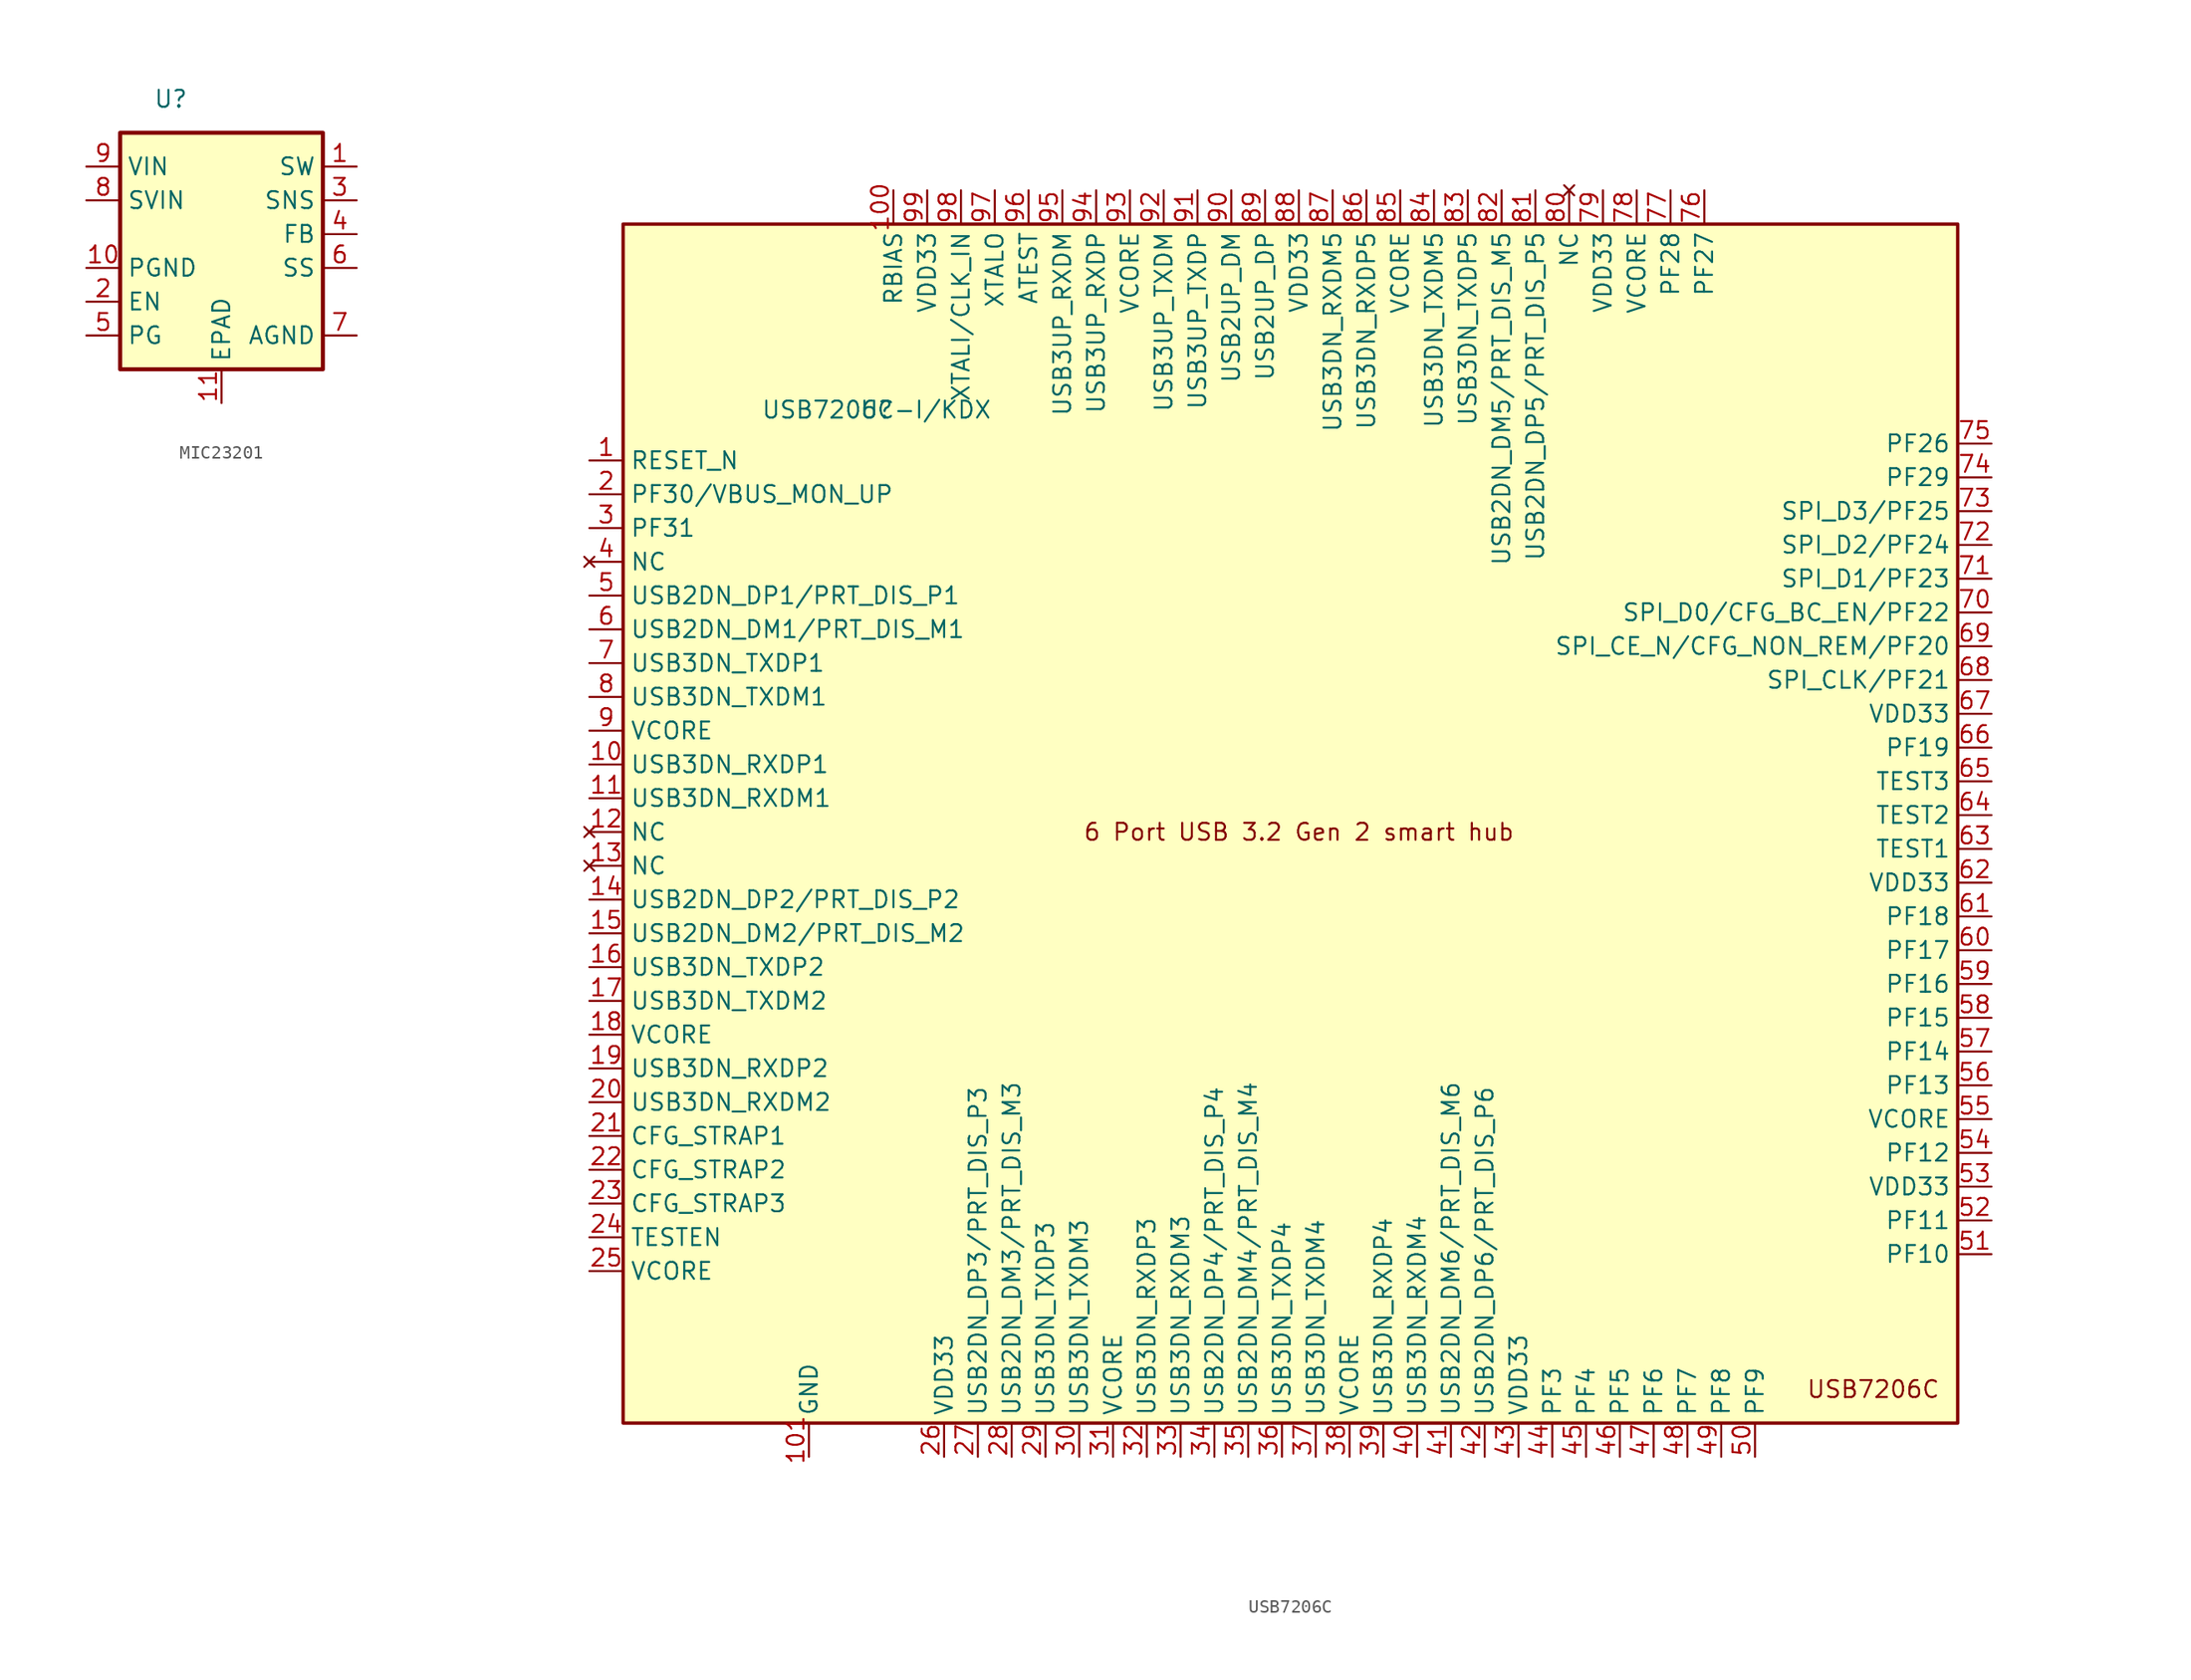
<source format=kicad_sym>
(kicad_symbol_lib
  (version 20220914)
  (generator kicad_symbol_editor)
  (symbol "MIC23201"
    (property "Reference" "U"
      (at -3.81 1.27 0)
      (effects (font (size 1.27 1.27))))
    (property "Value" ""
      (at -3.81 1.27 0)
      (effects (font (size 1.27 1.27))))
    (symbol "MIC23201_1_1"
      (rectangle (start -7.62 -1.27) (end 7.62 -19.05) (stroke (width 0.305) (type default)) (fill (type background)))
      (pin output line (at 10.16 -3.81 180) (length 2.54) (name "SW" (effects (font (size 1.27 1.27)))) (number "1" (effects (font (size 1.27 1.27)))))
      (pin power_in line (at -10.16 -11.43 0) (length 2.54) (name "PGND" (effects (font (size 1.27 1.27)))) (number "10" (effects (font (size 1.27 1.27)))))
      (pin power_in line (at 0 -21.59 90) (length 2.54) (name "EPAD" (effects (font (size 1.27 1.27)))) (number "11" (effects (font (size 1.27 1.27)))))
      (pin input line (at -10.16 -13.97 0) (length 2.54) (name "EN" (effects (font (size 1.27 1.27)))) (number "2" (effects (font (size 1.27 1.27)))))
      (pin input line (at 10.16 -6.35 180) (length 2.54) (name "SNS" (effects (font (size 1.27 1.27)))) (number "3" (effects (font (size 1.27 1.27)))))
      (pin output line (at 10.16 -8.89 180) (length 2.54) (name "FB" (effects (font (size 1.27 1.27)))) (number "4" (effects (font (size 1.27 1.27)))))
      (pin open_collector line (at -10.16 -16.51 0) (length 2.54) (name "PG" (effects (font (size 1.27 1.27)))) (number "5" (effects (font (size 1.27 1.27)))))
      (pin output line (at 10.16 -11.43 180) (length 2.54) (name "SS" (effects (font (size 1.27 1.27)))) (number "6" (effects (font (size 1.27 1.27)))))
      (pin power_in line (at 10.16 -16.51 180) (length 2.54) (name "AGND" (effects (font (size 1.27 1.27)))) (number "7" (effects (font (size 1.27 1.27)))))
      (pin input line (at -10.16 -6.35 0) (length 2.54) (name "SVIN" (effects (font (size 1.27 1.27)))) (number "8" (effects (font (size 1.27 1.27)))))
      (pin power_in line (at -10.16 -3.81 0) (length 2.54) (name "VIN" (effects (font (size 1.27 1.27)))) (number "9" (effects (font (size 1.27 1.27)))))))
  (symbol "USB7206C"
    (property "Reference" "U"
      (at -39.37 0 0)
      (effects (font (size 1.27 1.27))))
    (property "Value" "USB7206C-I/KDX"
      (at -39.37 0 0)
      (effects (font (size 1.27 1.27))))
    (symbol "USB7206C_0_1"
      (rectangle (start -58.42 13.97) (end 41.91 -76.2) (stroke (width 0.254) (type default)) (fill (type background))))
    (symbol "USB7206C_1_1"
      (text "6 Port USB 3.2 Gen 2 smart hub\n" (at -7.62 -31.75 0) (effects (font (size 1.27 1.27))))
      (text "USB7206C" (at 35.56 -73.66 0) (effects (font (size 1.27 1.27))))
      (pin input line (at -60.96 -3.81 0) (length 2.54) (name "RESET_N" (effects (font (size 1.27 1.27)))) (number "1" (effects (font (size 1.27 1.27)))))
      (pin bidirectional line (at -60.96 -26.67 0) (length 2.54) (name "USB3DN_RXDP1" (effects (font (size 1.27 1.27)))) (number "10" (effects (font (size 1.27 1.27)))))
      (pin output line (at -38.1 16.51 270) (length 2.54) (name "RBIAS" (effects (font (size 1.27 1.27)))) (number "100" (effects (font (size 1.27 1.27)))))
      (pin power_in line (at -44.45 -78.74 90) (length 2.54) (name "GND" (effects (font (size 1.27 1.27)))) (number "101" (effects (font (size 1.27 1.27)))))
      (pin bidirectional line (at -60.96 -29.21 0) (length 2.54) (name "USB3DN_RXDM1" (effects (font (size 1.27 1.27)))) (number "11" (effects (font (size 1.27 1.27)))))
      (pin no_connect line (at -60.96 -31.75 0) (length 2.54) (name "NC" (effects (font (size 1.27 1.27)))) (number "12" (effects (font (size 1.27 1.27)))))
      (pin no_connect line (at -60.96 -34.29 0) (length 2.54) (name "NC" (effects (font (size 1.27 1.27)))) (number "13" (effects (font (size 1.27 1.27)))))
      (pin bidirectional line (at -60.96 -36.83 0) (length 2.54) (name "USB2DN_DP2/PRT_DIS_P2" (effects (font (size 1.27 1.27)))) (number "14" (effects (font (size 1.27 1.27)))))
      (pin bidirectional line (at -60.96 -39.37 0) (length 2.54) (name "USB2DN_DM2/PRT_DIS_M2" (effects (font (size 1.27 1.27)))) (number "15" (effects (font (size 1.27 1.27)))))
      (pin bidirectional line (at -60.96 -41.91 0) (length 2.54) (name "USB3DN_TXDP2" (effects (font (size 1.27 1.27)))) (number "16" (effects (font (size 1.27 1.27)))))
      (pin bidirectional line (at -60.96 -44.45 0) (length 2.54) (name "USB3DN_TXDM2" (effects (font (size 1.27 1.27)))) (number "17" (effects (font (size 1.27 1.27)))))
      (pin power_in line (at -60.96 -46.99 0) (length 2.54) (name "VCORE" (effects (font (size 1.27 1.27)))) (number "18" (effects (font (size 1.27 1.27)))))
      (pin bidirectional line (at -60.96 -49.53 0) (length 2.54) (name "USB3DN_RXDP2" (effects (font (size 1.27 1.27)))) (number "19" (effects (font (size 1.27 1.27)))))
      (pin input line (at -60.96 -6.35 0) (length 2.54) (name "PF30/VBUS_MON_UP" (effects (font (size 1.27 1.27)))) (number "2" (effects (font (size 1.27 1.27)))))
      (pin bidirectional line (at -60.96 -52.07 0) (length 2.54) (name "USB3DN_RXDM2" (effects (font (size 1.27 1.27)))) (number "20" (effects (font (size 1.27 1.27)))))
      (pin bidirectional line (at -60.96 -54.61 0) (length 2.54) (name "CFG_STRAP1" (effects (font (size 1.27 1.27)))) (number "21" (effects (font (size 1.27 1.27)))))
      (pin bidirectional line (at -60.96 -57.15 0) (length 2.54) (name "CFG_STRAP2" (effects (font (size 1.27 1.27)))) (number "22" (effects (font (size 1.27 1.27)))))
      (pin bidirectional line (at -60.96 -59.69 0) (length 2.54) (name "CFG_STRAP3" (effects (font (size 1.27 1.27)))) (number "23" (effects (font (size 1.27 1.27)))))
      (pin bidirectional line (at -60.96 -62.23 0) (length 2.54) (name "TESTEN" (effects (font (size 1.27 1.27)))) (number "24" (effects (font (size 1.27 1.27)))))
      (pin power_in line (at -60.96 -64.77 0) (length 2.54) (name "VCORE" (effects (font (size 1.27 1.27)))) (number "25" (effects (font (size 1.27 1.27)))))
      (pin power_in line (at -34.29 -78.74 90) (length 2.54) (name "VDD33" (effects (font (size 1.27 1.27)))) (number "26" (effects (font (size 1.27 1.27)))))
      (pin bidirectional line (at -31.75 -78.74 90) (length 2.54) (name "USB2DN_DP3/PRT_DIS_P3" (effects (font (size 1.27 1.27)))) (number "27" (effects (font (size 1.27 1.27)))))
      (pin bidirectional line (at -29.21 -78.74 90) (length 2.54) (name "USB2DN_DM3/PRT_DIS_M3" (effects (font (size 1.27 1.27)))) (number "28" (effects (font (size 1.27 1.27)))))
      (pin bidirectional line (at -26.67 -78.74 90) (length 2.54) (name "USB3DN_TXDP3" (effects (font (size 1.27 1.27)))) (number "29" (effects (font (size 1.27 1.27)))))
      (pin input line (at -60.96 -8.89 0) (length 2.54) (name "PF31" (effects (font (size 1.27 1.27)))) (number "3" (effects (font (size 1.27 1.27)))))
      (pin bidirectional line (at -24.13 -78.74 90) (length 2.54) (name "USB3DN_TXDM3" (effects (font (size 1.27 1.27)))) (number "30" (effects (font (size 1.27 1.27)))))
      (pin power_in line (at -21.59 -78.74 90) (length 2.54) (name "VCORE" (effects (font (size 1.27 1.27)))) (number "31" (effects (font (size 1.27 1.27)))))
      (pin bidirectional line (at -19.05 -78.74 90) (length 2.54) (name "USB3DN_RXDP3" (effects (font (size 1.27 1.27)))) (number "32" (effects (font (size 1.27 1.27)))))
      (pin bidirectional line (at -16.51 -78.74 90) (length 2.54) (name "USB3DN_RXDM3" (effects (font (size 1.27 1.27)))) (number "33" (effects (font (size 1.27 1.27)))))
      (pin bidirectional line (at -13.97 -78.74 90) (length 2.54) (name "USB2DN_DP4/PRT_DIS_P4" (effects (font (size 1.27 1.27)))) (number "34" (effects (font (size 1.27 1.27)))))
      (pin bidirectional line (at -11.43 -78.74 90) (length 2.54) (name "USB2DN_DM4/PRT_DIS_M4" (effects (font (size 1.27 1.27)))) (number "35" (effects (font (size 1.27 1.27)))))
      (pin bidirectional line (at -8.89 -78.74 90) (length 2.54) (name "USB3DN_TXDP4" (effects (font (size 1.27 1.27)))) (number "36" (effects (font (size 1.27 1.27)))))
      (pin bidirectional line (at -6.35 -78.74 90) (length 2.54) (name "USB3DN_TXDM4" (effects (font (size 1.27 1.27)))) (number "37" (effects (font (size 1.27 1.27)))))
      (pin power_in line (at -3.81 -78.74 90) (length 2.54) (name "VCORE" (effects (font (size 1.27 1.27)))) (number "38" (effects (font (size 1.27 1.27)))))
      (pin bidirectional line (at -1.27 -78.74 90) (length 2.54) (name "USB3DN_RXDP4" (effects (font (size 1.27 1.27)))) (number "39" (effects (font (size 1.27 1.27)))))
      (pin no_connect line (at -60.96 -11.43 0) (length 2.54) (name "NC" (effects (font (size 1.27 1.27)))) (number "4" (effects (font (size 1.27 1.27)))))
      (pin bidirectional line (at 1.27 -78.74 90) (length 2.54) (name "USB3DN_RXDM4" (effects (font (size 1.27 1.27)))) (number "40" (effects (font (size 1.27 1.27)))))
      (pin bidirectional line (at 3.81 -78.74 90) (length 2.54) (name "USB2DN_DM6/PRT_DIS_M6" (effects (font (size 1.27 1.27)))) (number "41" (effects (font (size 1.27 1.27)))))
      (pin bidirectional line (at 6.35 -78.74 90) (length 2.54) (name "USB2DN_DP6/PRT_DIS_P6" (effects (font (size 1.27 1.27)))) (number "42" (effects (font (size 1.27 1.27)))))
      (pin power_in line (at 8.89 -78.74 90) (length 2.54) (name "VDD33" (effects (font (size 1.27 1.27)))) (number "43" (effects (font (size 1.27 1.27)))))
      (pin bidirectional line (at 11.43 -78.74 90) (length 2.54) (name "PF3" (effects (font (size 1.27 1.27)))) (number "44" (effects (font (size 1.27 1.27)))))
      (pin bidirectional line (at 13.97 -78.74 90) (length 2.54) (name "PF4" (effects (font (size 1.27 1.27)))) (number "45" (effects (font (size 1.27 1.27)))))
      (pin bidirectional line (at 16.51 -78.74 90) (length 2.54) (name "PF5" (effects (font (size 1.27 1.27)))) (number "46" (effects (font (size 1.27 1.27)))))
      (pin bidirectional line (at 19.05 -78.74 90) (length 2.54) (name "PF6" (effects (font (size 1.27 1.27)))) (number "47" (effects (font (size 1.27 1.27)))))
      (pin bidirectional line (at 21.59 -78.74 90) (length 2.54) (name "PF7" (effects (font (size 1.27 1.27)))) (number "48" (effects (font (size 1.27 1.27)))))
      (pin bidirectional line (at 24.13 -78.74 90) (length 2.54) (name "PF8" (effects (font (size 1.27 1.27)))) (number "49" (effects (font (size 1.27 1.27)))))
      (pin bidirectional line (at -60.96 -13.97 0) (length 2.54) (name "USB2DN_DP1/PRT_DIS_P1" (effects (font (size 1.27 1.27)))) (number "5" (effects (font (size 1.27 1.27)))))
      (pin bidirectional line (at 26.67 -78.74 90) (length 2.54) (name "PF9" (effects (font (size 1.27 1.27)))) (number "50" (effects (font (size 1.27 1.27)))))
      (pin bidirectional line (at 44.45 -63.5 180) (length 2.54) (name "PF10" (effects (font (size 1.27 1.27)))) (number "51" (effects (font (size 1.27 1.27)))))
      (pin bidirectional line (at 44.45 -60.96 180) (length 2.54) (name "PF11" (effects (font (size 1.27 1.27)))) (number "52" (effects (font (size 1.27 1.27)))))
      (pin power_in line (at 44.45 -58.42 180) (length 2.54) (name "VDD33" (effects (font (size 1.27 1.27)))) (number "53" (effects (font (size 1.27 1.27)))))
      (pin bidirectional line (at 44.45 -55.88 180) (length 2.54) (name "PF12" (effects (font (size 1.27 1.27)))) (number "54" (effects (font (size 1.27 1.27)))))
      (pin power_in line (at 44.45 -53.34 180) (length 2.54) (name "VCORE" (effects (font (size 1.27 1.27)))) (number "55" (effects (font (size 1.27 1.27)))))
      (pin bidirectional line (at 44.45 -50.8 180) (length 2.54) (name "PF13" (effects (font (size 1.27 1.27)))) (number "56" (effects (font (size 1.27 1.27)))))
      (pin bidirectional line (at 44.45 -48.26 180) (length 2.54) (name "PF14" (effects (font (size 1.27 1.27)))) (number "57" (effects (font (size 1.27 1.27)))))
      (pin bidirectional line (at 44.45 -45.72 180) (length 2.54) (name "PF15" (effects (font (size 1.27 1.27)))) (number "58" (effects (font (size 1.27 1.27)))))
      (pin bidirectional line (at 44.45 -43.18 180) (length 2.54) (name "PF16" (effects (font (size 1.27 1.27)))) (number "59" (effects (font (size 1.27 1.27)))))
      (pin bidirectional line (at -60.96 -16.51 0) (length 2.54) (name "USB2DN_DM1/PRT_DIS_M1" (effects (font (size 1.27 1.27)))) (number "6" (effects (font (size 1.27 1.27)))))
      (pin bidirectional line (at 44.45 -40.64 180) (length 2.54) (name "PF17" (effects (font (size 1.27 1.27)))) (number "60" (effects (font (size 1.27 1.27)))))
      (pin bidirectional line (at 44.45 -38.1 180) (length 2.54) (name "PF18" (effects (font (size 1.27 1.27)))) (number "61" (effects (font (size 1.27 1.27)))))
      (pin power_in line (at 44.45 -35.56 180) (length 2.54) (name "VDD33" (effects (font (size 1.27 1.27)))) (number "62" (effects (font (size 1.27 1.27)))))
      (pin bidirectional line (at 44.45 -33.02 180) (length 2.54) (name "TEST1" (effects (font (size 1.27 1.27)))) (number "63" (effects (font (size 1.27 1.27)))))
      (pin bidirectional line (at 44.45 -30.48 180) (length 2.54) (name "TEST2" (effects (font (size 1.27 1.27)))) (number "64" (effects (font (size 1.27 1.27)))))
      (pin bidirectional line (at 44.45 -27.94 180) (length 2.54) (name "TEST3" (effects (font (size 1.27 1.27)))) (number "65" (effects (font (size 1.27 1.27)))))
      (pin bidirectional line (at 44.45 -25.4 180) (length 2.54) (name "PF19" (effects (font (size 1.27 1.27)))) (number "66" (effects (font (size 1.27 1.27)))))
      (pin power_in line (at 44.45 -22.86 180) (length 2.54) (name "VDD33" (effects (font (size 1.27 1.27)))) (number "67" (effects (font (size 1.27 1.27)))))
      (pin bidirectional line (at 44.45 -20.32 180) (length 2.54) (name "SPI_CLK/PF21" (effects (font (size 1.27 1.27)))) (number "68" (effects (font (size 1.27 1.27)))))
      (pin bidirectional line (at 44.45 -17.78 180) (length 2.54) (name "SPI_CE_N/CFG_NON_REM/PF20" (effects (font (size 1.27 1.27)))) (number "69" (effects (font (size 1.27 1.27)))))
      (pin bidirectional line (at -60.96 -19.05 0) (length 2.54) (name "USB3DN_TXDP1" (effects (font (size 1.27 1.27)))) (number "7" (effects (font (size 1.27 1.27)))))
      (pin bidirectional line (at 44.45 -15.24 180) (length 2.54) (name "SPI_D0/CFG_BC_EN/PF22" (effects (font (size 1.27 1.27)))) (number "70" (effects (font (size 1.27 1.27)))))
      (pin bidirectional line (at 44.45 -12.7 180) (length 2.54) (name "SPI_D1/PF23" (effects (font (size 1.27 1.27)))) (number "71" (effects (font (size 1.27 1.27)))))
      (pin bidirectional line (at 44.45 -10.16 180) (length 2.54) (name "SPI_D2/PF24" (effects (font (size 1.27 1.27)))) (number "72" (effects (font (size 1.27 1.27)))))
      (pin bidirectional line (at 44.45 -7.62 180) (length 2.54) (name "SPI_D3/PF25" (effects (font (size 1.27 1.27)))) (number "73" (effects (font (size 1.27 1.27)))))
      (pin bidirectional line (at 44.45 -5.08 180) (length 2.54) (name "PF29" (effects (font (size 1.27 1.27)))) (number "74" (effects (font (size 1.27 1.27)))))
      (pin bidirectional line (at 44.45 -2.54 180) (length 2.54) (name "PF26" (effects (font (size 1.27 1.27)))) (number "75" (effects (font (size 1.27 1.27)))))
      (pin bidirectional line (at 22.86 16.51 270) (length 2.54) (name "PF27" (effects (font (size 1.27 1.27)))) (number "76" (effects (font (size 1.27 1.27)))))
      (pin bidirectional line (at 20.32 16.51 270) (length 2.54) (name "PF28" (effects (font (size 1.27 1.27)))) (number "77" (effects (font (size 1.27 1.27)))))
      (pin power_in line (at 17.78 16.51 270) (length 2.54) (name "VCORE" (effects (font (size 1.27 1.27)))) (number "78" (effects (font (size 1.27 1.27)))))
      (pin power_in line (at 15.24 16.51 270) (length 2.54) (name "VDD33" (effects (font (size 1.27 1.27)))) (number "79" (effects (font (size 1.27 1.27)))))
      (pin bidirectional line (at -60.96 -21.59 0) (length 2.54) (name "USB3DN_TXDM1" (effects (font (size 1.27 1.27)))) (number "8" (effects (font (size 1.27 1.27)))))
      (pin no_connect line (at 12.7 16.51 270) (length 2.54) (name "NC" (effects (font (size 1.27 1.27)))) (number "80" (effects (font (size 1.27 1.27)))))
      (pin bidirectional line (at 10.16 16.51 270) (length 2.54) (name "USB2DN_DP5/PRT_DIS_P5" (effects (font (size 1.27 1.27)))) (number "81" (effects (font (size 1.27 1.27)))))
      (pin bidirectional line (at 7.62 16.51 270) (length 2.54) (name "USB2DN_DM5/PRT_DIS_M5" (effects (font (size 1.27 1.27)))) (number "82" (effects (font (size 1.27 1.27)))))
      (pin bidirectional line (at 5.08 16.51 270) (length 2.54) (name "USB3DN_TXDP5" (effects (font (size 1.27 1.27)))) (number "83" (effects (font (size 1.27 1.27)))))
      (pin bidirectional line (at 2.54 16.51 270) (length 2.54) (name "USB3DN_TXDM5" (effects (font (size 1.27 1.27)))) (number "84" (effects (font (size 1.27 1.27)))))
      (pin power_in line (at 0 16.51 270) (length 2.54) (name "VCORE" (effects (font (size 1.27 1.27)))) (number "85" (effects (font (size 1.27 1.27)))))
      (pin bidirectional line (at -2.54 16.51 270) (length 2.54) (name "USB3DN_RXDP5" (effects (font (size 1.27 1.27)))) (number "86" (effects (font (size 1.27 1.27)))))
      (pin bidirectional line (at -5.08 16.51 270) (length 2.54) (name "USB3DN_RXDM5" (effects (font (size 1.27 1.27)))) (number "87" (effects (font (size 1.27 1.27)))))
      (pin power_in line (at -7.62 16.51 270) (length 2.54) (name "VDD33" (effects (font (size 1.27 1.27)))) (number "88" (effects (font (size 1.27 1.27)))))
      (pin bidirectional line (at -10.16 16.51 270) (length 2.54) (name "USB2UP_DP" (effects (font (size 1.27 1.27)))) (number "89" (effects (font (size 1.27 1.27)))))
      (pin power_in line (at -60.96 -24.13 0) (length 2.54) (name "VCORE" (effects (font (size 1.27 1.27)))) (number "9" (effects (font (size 1.27 1.27)))))
      (pin bidirectional line (at -12.7 16.51 270) (length 2.54) (name "USB2UP_DM" (effects (font (size 1.27 1.27)))) (number "90" (effects (font (size 1.27 1.27)))))
      (pin bidirectional line (at -15.24 16.51 270) (length 2.54) (name "USB3UP_TXDP" (effects (font (size 1.27 1.27)))) (number "91" (effects (font (size 1.27 1.27)))))
      (pin bidirectional line (at -17.78 16.51 270) (length 2.54) (name "USB3UP_TXDM" (effects (font (size 1.27 1.27)))) (number "92" (effects (font (size 1.27 1.27)))))
      (pin power_in line (at -20.32 16.51 270) (length 2.54) (name "VCORE" (effects (font (size 1.27 1.27)))) (number "93" (effects (font (size 1.27 1.27)))))
      (pin bidirectional line (at -22.86 16.51 270) (length 2.54) (name "USB3UP_RXDP" (effects (font (size 1.27 1.27)))) (number "94" (effects (font (size 1.27 1.27)))))
      (pin bidirectional line (at -25.4 16.51 270) (length 2.54) (name "USB3UP_RXDM" (effects (font (size 1.27 1.27)))) (number "95" (effects (font (size 1.27 1.27)))))
      (pin input line (at -27.94 16.51 270) (length 2.54) (name "ATEST" (effects (font (size 1.27 1.27)))) (number "96" (effects (font (size 1.27 1.27)))))
      (pin output line (at -30.48 16.51 270) (length 2.54) (name "XTALO" (effects (font (size 1.27 1.27)))) (number "97" (effects (font (size 1.27 1.27)))))
      (pin input line (at -33.02 16.51 270) (length 2.54) (name "XTALI/CLK_IN" (effects (font (size 1.27 1.27)))) (number "98" (effects (font (size 1.27 1.27)))))
      (pin power_in line (at -35.56 16.51 270) (length 2.54) (name "VDD33" (effects (font (size 1.27 1.27)))) (number "99" (effects (font (size 1.27 1.27))))))))
</source>
